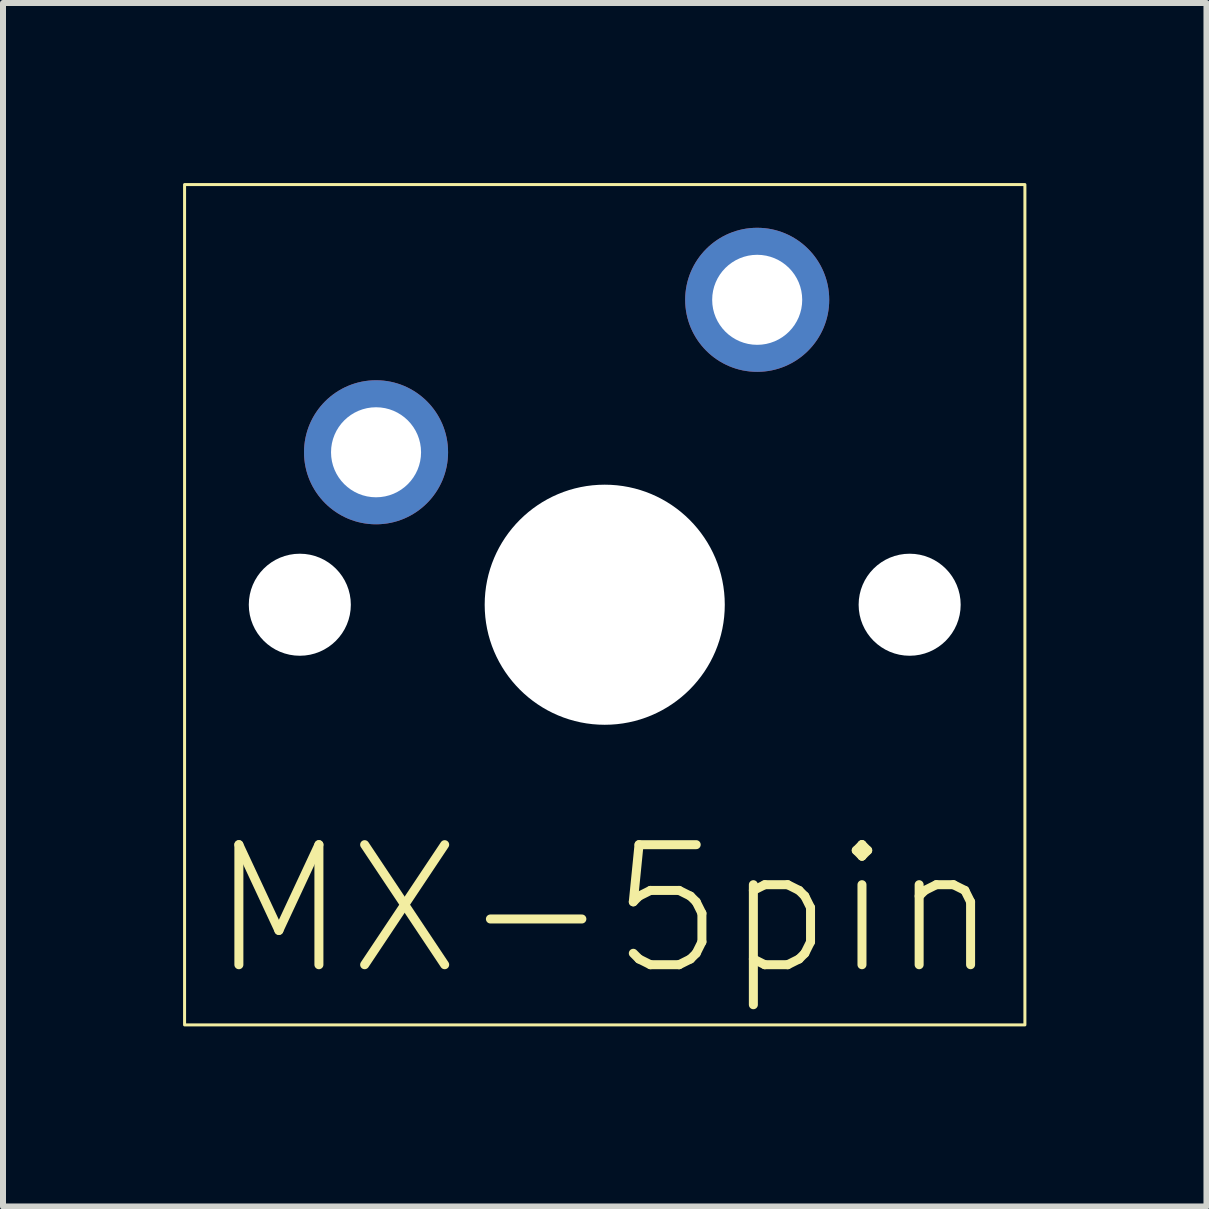
<source format=kicad_pcb>
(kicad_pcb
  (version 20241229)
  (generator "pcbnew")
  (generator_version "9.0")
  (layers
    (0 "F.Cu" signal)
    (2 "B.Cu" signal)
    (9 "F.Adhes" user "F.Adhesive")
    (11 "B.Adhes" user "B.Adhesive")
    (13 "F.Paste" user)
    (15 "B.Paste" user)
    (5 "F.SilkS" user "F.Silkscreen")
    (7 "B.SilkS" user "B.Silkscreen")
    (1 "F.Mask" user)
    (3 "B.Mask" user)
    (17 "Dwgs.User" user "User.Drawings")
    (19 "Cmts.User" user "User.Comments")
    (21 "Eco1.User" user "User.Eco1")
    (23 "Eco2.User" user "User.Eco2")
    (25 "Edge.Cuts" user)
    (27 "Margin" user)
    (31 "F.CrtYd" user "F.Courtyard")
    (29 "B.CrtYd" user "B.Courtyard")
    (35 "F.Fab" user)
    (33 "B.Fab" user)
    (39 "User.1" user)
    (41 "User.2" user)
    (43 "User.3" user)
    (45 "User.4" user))
  (footprint "MX-5pin"
    (layer "F.Cu")
    (at 7.025 7.025)
    (property "Reference" "MX-5pin" (at 0 5.08 0) (unlocked yes) (layer "F.SilkS") (effects (font (size 2 2) (thickness 0.15))))
    (attr through_hole)
    (fp_rect (start -7 -7) (end 7 7) (stroke (width 0.05) (type solid)) (fill no) (layer "F.SilkS"))
    (pad "" np_thru_hole circle (at -5.08 0) (size 1.7 1.7) (drill 1.7) (layers "*.Cu" "*.Mask"))
    (pad "" np_thru_hole circle (at 0 0) (size 4 4) (drill 4) (layers "*.Cu" "*.Mask"))
    (pad "" np_thru_hole circle (at 5.08 0) (size 1.7 1.7) (drill 1.7) (layers "*.Cu" "*.Mask"))
    (pad "1" thru_hole circle (at -3.81 -2.54) (size 2.4 2.4) (drill 1.5) (layers "*.Cu" "*.Mask"))
    (pad "2" thru_hole circle (at 2.54 -5.08) (size 2.4 2.4) (drill 1.5) (layers "*.Cu" "*.Mask")))
  (gr_rect
    (start -3 -3)
    (end 17.05 17.05)
    (stroke (width 0.1) (type default))
    (fill no)
    (layer "Edge.Cuts")))
</source>
